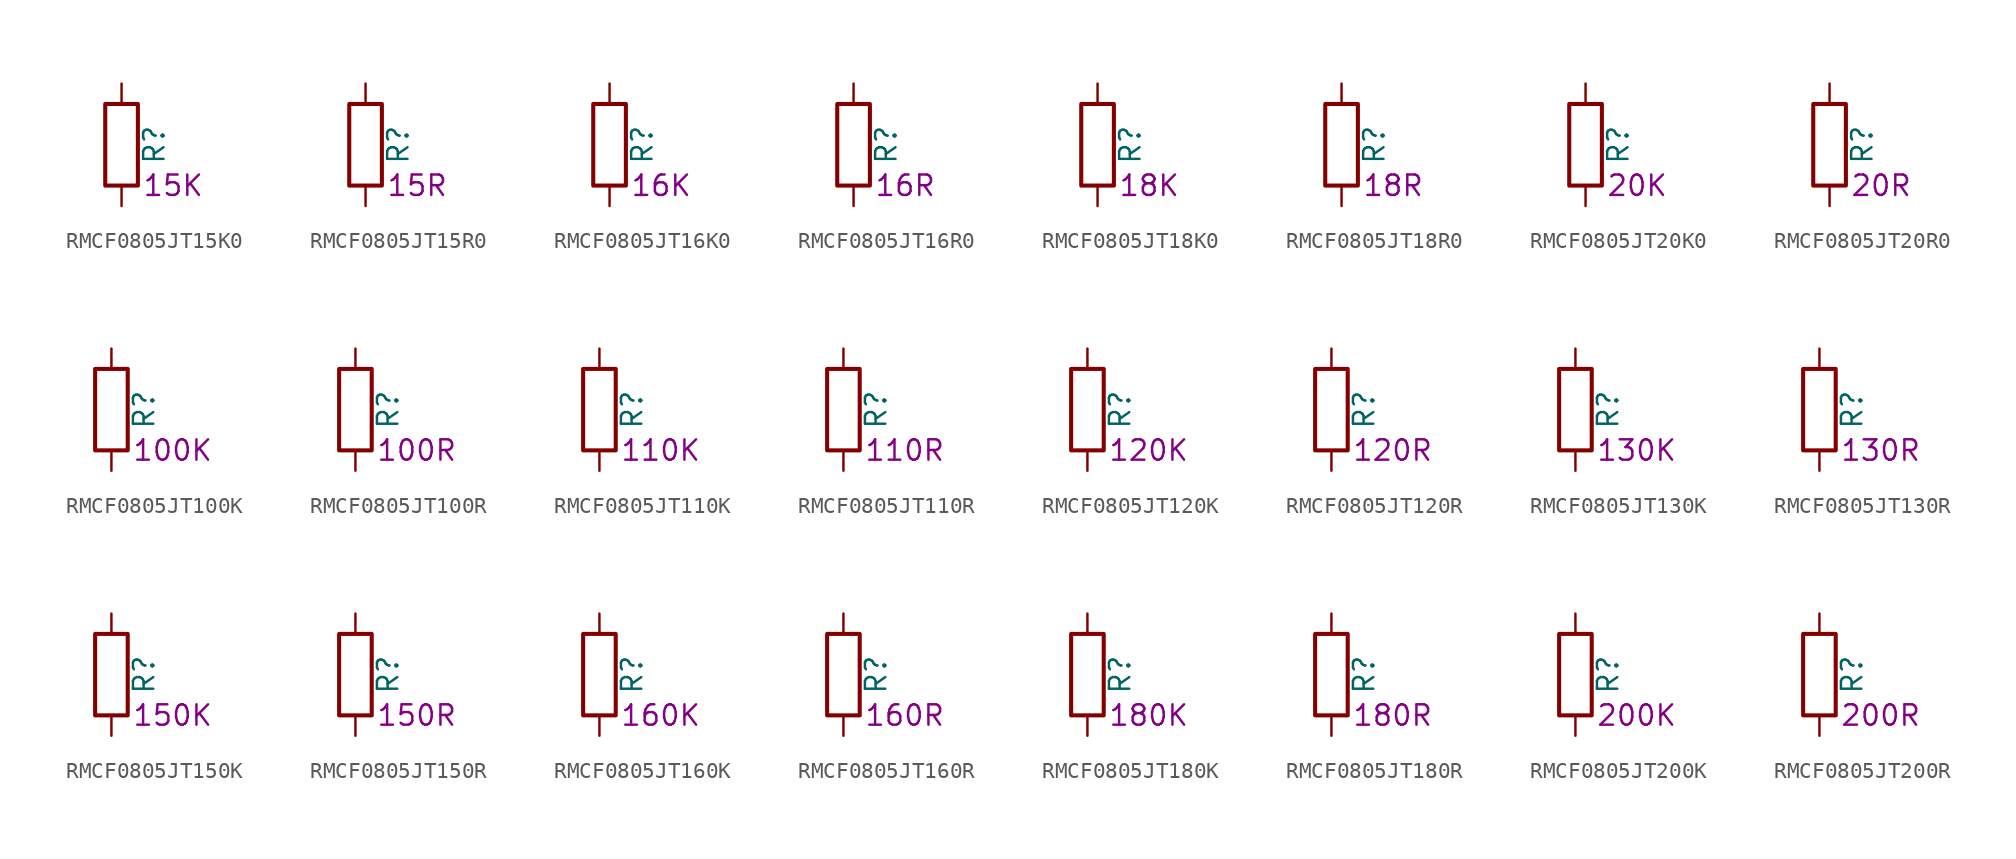
<source format=kicad_sym>
(kicad_symbol_lib
  (version 20220914)
  (generator kicad_symbol_editor)
  (symbol "RMCF0805JT15K0"
    (pin_numbers hide)
    (pin_names
      (offset 0))
    (property "Reference" "R"
      (at 2.032 0 90)
      (effects (font (size 1.27 1.27))))
    (property "Resistance" "15K"
      (at 1.27 -2.54 0)
      (effects (font (size 1.27 1.27)) (justify left)))
    (symbol "RMCF0805JT15K0_0_1"
      (rectangle (start -1.016 -2.54) (end 1.016 2.54) (stroke (width 0.254) (type default)) (fill (type none))))
    (symbol "RMCF0805JT15K0_1_1"
      (pin passive line (at 0 3.81 270) (length 1.27) (name "~" (effects (font (size 1.27 1.27)))) (number "1" (effects (font (size 1.27 1.27)))))
      (pin passive line (at 0 -3.81 90) (length 1.27) (name "~" (effects (font (size 1.27 1.27)))) (number "2" (effects (font (size 1.27 1.27)))))))
  (symbol "RMCF0805JT15R0"
    (pin_numbers hide)
    (pin_names
      (offset 0))
    (property "Reference" "R"
      (at 2.032 0 90)
      (effects (font (size 1.27 1.27))))
    (property "Resistance" "15R"
      (at 1.27 -2.54 0)
      (effects (font (size 1.27 1.27)) (justify left)))
    (symbol "RMCF0805JT15R0_0_1"
      (rectangle (start -1.016 -2.54) (end 1.016 2.54) (stroke (width 0.254) (type default)) (fill (type none))))
    (symbol "RMCF0805JT15R0_1_1"
      (pin passive line (at 0 3.81 270) (length 1.27) (name "~" (effects (font (size 1.27 1.27)))) (number "1" (effects (font (size 1.27 1.27)))))
      (pin passive line (at 0 -3.81 90) (length 1.27) (name "~" (effects (font (size 1.27 1.27)))) (number "2" (effects (font (size 1.27 1.27)))))))
  (symbol "RMCF0805JT16K0"
    (pin_numbers hide)
    (pin_names
      (offset 0))
    (property "Reference" "R"
      (at 2.032 0 90)
      (effects (font (size 1.27 1.27))))
    (property "Resistance" "16K"
      (at 1.27 -2.54 0)
      (effects (font (size 1.27 1.27)) (justify left)))
    (symbol "RMCF0805JT16K0_0_1"
      (rectangle (start -1.016 -2.54) (end 1.016 2.54) (stroke (width 0.254) (type default)) (fill (type none))))
    (symbol "RMCF0805JT16K0_1_1"
      (pin passive line (at 0 3.81 270) (length 1.27) (name "~" (effects (font (size 1.27 1.27)))) (number "1" (effects (font (size 1.27 1.27)))))
      (pin passive line (at 0 -3.81 90) (length 1.27) (name "~" (effects (font (size 1.27 1.27)))) (number "2" (effects (font (size 1.27 1.27)))))))
  (symbol "RMCF0805JT16R0"
    (pin_numbers hide)
    (pin_names
      (offset 0))
    (property "Reference" "R"
      (at 2.032 0 90)
      (effects (font (size 1.27 1.27))))
    (property "Resistance" "16R"
      (at 1.27 -2.54 0)
      (effects (font (size 1.27 1.27)) (justify left)))
    (symbol "RMCF0805JT16R0_0_1"
      (rectangle (start -1.016 -2.54) (end 1.016 2.54) (stroke (width 0.254) (type default)) (fill (type none))))
    (symbol "RMCF0805JT16R0_1_1"
      (pin passive line (at 0 3.81 270) (length 1.27) (name "~" (effects (font (size 1.27 1.27)))) (number "1" (effects (font (size 1.27 1.27)))))
      (pin passive line (at 0 -3.81 90) (length 1.27) (name "~" (effects (font (size 1.27 1.27)))) (number "2" (effects (font (size 1.27 1.27)))))))
  (symbol "RMCF0805JT18K0"
    (pin_numbers hide)
    (pin_names
      (offset 0))
    (property "Reference" "R"
      (at 2.032 0 90)
      (effects (font (size 1.27 1.27))))
    (property "Resistance" "18K"
      (at 1.27 -2.54 0)
      (effects (font (size 1.27 1.27)) (justify left)))
    (symbol "RMCF0805JT18K0_0_1"
      (rectangle (start -1.016 -2.54) (end 1.016 2.54) (stroke (width 0.254) (type default)) (fill (type none))))
    (symbol "RMCF0805JT18K0_1_1"
      (pin passive line (at 0 3.81 270) (length 1.27) (name "~" (effects (font (size 1.27 1.27)))) (number "1" (effects (font (size 1.27 1.27)))))
      (pin passive line (at 0 -3.81 90) (length 1.27) (name "~" (effects (font (size 1.27 1.27)))) (number "2" (effects (font (size 1.27 1.27)))))))
  (symbol "RMCF0805JT18R0"
    (pin_numbers hide)
    (pin_names
      (offset 0))
    (property "Reference" "R"
      (at 2.032 0 90)
      (effects (font (size 1.27 1.27))))
    (property "Resistance" "18R"
      (at 1.27 -2.54 0)
      (effects (font (size 1.27 1.27)) (justify left)))
    (symbol "RMCF0805JT18R0_0_1"
      (rectangle (start -1.016 -2.54) (end 1.016 2.54) (stroke (width 0.254) (type default)) (fill (type none))))
    (symbol "RMCF0805JT18R0_1_1"
      (pin passive line (at 0 3.81 270) (length 1.27) (name "~" (effects (font (size 1.27 1.27)))) (number "1" (effects (font (size 1.27 1.27)))))
      (pin passive line (at 0 -3.81 90) (length 1.27) (name "~" (effects (font (size 1.27 1.27)))) (number "2" (effects (font (size 1.27 1.27)))))))
  (symbol "RMCF0805JT20K0"
    (pin_numbers hide)
    (pin_names
      (offset 0))
    (property "Reference" "R"
      (at 2.032 0 90)
      (effects (font (size 1.27 1.27))))
    (property "Resistance" "20K"
      (at 1.27 -2.54 0)
      (effects (font (size 1.27 1.27)) (justify left)))
    (symbol "RMCF0805JT20K0_0_1"
      (rectangle (start -1.016 -2.54) (end 1.016 2.54) (stroke (width 0.254) (type default)) (fill (type none))))
    (symbol "RMCF0805JT20K0_1_1"
      (pin passive line (at 0 3.81 270) (length 1.27) (name "~" (effects (font (size 1.27 1.27)))) (number "1" (effects (font (size 1.27 1.27)))))
      (pin passive line (at 0 -3.81 90) (length 1.27) (name "~" (effects (font (size 1.27 1.27)))) (number "2" (effects (font (size 1.27 1.27)))))))
  (symbol "RMCF0805JT20R0"
    (pin_numbers hide)
    (pin_names
      (offset 0))
    (property "Reference" "R"
      (at 2.032 0 90)
      (effects (font (size 1.27 1.27))))
    (property "Resistance" "20R"
      (at 1.27 -2.54 0)
      (effects (font (size 1.27 1.27)) (justify left)))
    (symbol "RMCF0805JT20R0_0_1"
      (rectangle (start -1.016 -2.54) (end 1.016 2.54) (stroke (width 0.254) (type default)) (fill (type none))))
    (symbol "RMCF0805JT20R0_1_1"
      (pin passive line (at 0 3.81 270) (length 1.27) (name "~" (effects (font (size 1.27 1.27)))) (number "1" (effects (font (size 1.27 1.27)))))
      (pin passive line (at 0 -3.81 90) (length 1.27) (name "~" (effects (font (size 1.27 1.27)))) (number "2" (effects (font (size 1.27 1.27)))))))
  (symbol "RMCF0805JT100K"
    (pin_numbers hide)
    (pin_names
      (offset 0))
    (property "Reference" "R"
      (at 2.032 0 90)
      (effects (font (size 1.27 1.27))))
    (property "Resistance" "100K"
      (at 1.27 -2.54 0)
      (effects (font (size 1.27 1.27)) (justify left)))
    (symbol "RMCF0805JT100K_0_1"
      (rectangle (start -1.016 -2.54) (end 1.016 2.54) (stroke (width 0.254) (type default)) (fill (type none))))
    (symbol "RMCF0805JT100K_1_1"
      (pin passive line (at 0 3.81 270) (length 1.27) (name "~" (effects (font (size 1.27 1.27)))) (number "1" (effects (font (size 1.27 1.27)))))
      (pin passive line (at 0 -3.81 90) (length 1.27) (name "~" (effects (font (size 1.27 1.27)))) (number "2" (effects (font (size 1.27 1.27)))))))
  (symbol "RMCF0805JT100R"
    (pin_numbers hide)
    (pin_names
      (offset 0))
    (property "Reference" "R"
      (at 2.032 0 90)
      (effects (font (size 1.27 1.27))))
    (property "Resistance" "100R"
      (at 1.27 -2.54 0)
      (effects (font (size 1.27 1.27)) (justify left)))
    (symbol "RMCF0805JT100R_0_1"
      (rectangle (start -1.016 -2.54) (end 1.016 2.54) (stroke (width 0.254) (type default)) (fill (type none))))
    (symbol "RMCF0805JT100R_1_1"
      (pin passive line (at 0 3.81 270) (length 1.27) (name "~" (effects (font (size 1.27 1.27)))) (number "1" (effects (font (size 1.27 1.27)))))
      (pin passive line (at 0 -3.81 90) (length 1.27) (name "~" (effects (font (size 1.27 1.27)))) (number "2" (effects (font (size 1.27 1.27)))))))
  (symbol "RMCF0805JT110K"
    (pin_numbers hide)
    (pin_names
      (offset 0))
    (property "Reference" "R"
      (at 2.032 0 90)
      (effects (font (size 1.27 1.27))))
    (property "Resistance" "110K"
      (at 1.27 -2.54 0)
      (effects (font (size 1.27 1.27)) (justify left)))
    (symbol "RMCF0805JT110K_0_1"
      (rectangle (start -1.016 -2.54) (end 1.016 2.54) (stroke (width 0.254) (type default)) (fill (type none))))
    (symbol "RMCF0805JT110K_1_1"
      (pin passive line (at 0 3.81 270) (length 1.27) (name "~" (effects (font (size 1.27 1.27)))) (number "1" (effects (font (size 1.27 1.27)))))
      (pin passive line (at 0 -3.81 90) (length 1.27) (name "~" (effects (font (size 1.27 1.27)))) (number "2" (effects (font (size 1.27 1.27)))))))
  (symbol "RMCF0805JT110R"
    (pin_numbers hide)
    (pin_names
      (offset 0))
    (property "Reference" "R"
      (at 2.032 0 90)
      (effects (font (size 1.27 1.27))))
    (property "Resistance" "110R"
      (at 1.27 -2.54 0)
      (effects (font (size 1.27 1.27)) (justify left)))
    (symbol "RMCF0805JT110R_0_1"
      (rectangle (start -1.016 -2.54) (end 1.016 2.54) (stroke (width 0.254) (type default)) (fill (type none))))
    (symbol "RMCF0805JT110R_1_1"
      (pin passive line (at 0 3.81 270) (length 1.27) (name "~" (effects (font (size 1.27 1.27)))) (number "1" (effects (font (size 1.27 1.27)))))
      (pin passive line (at 0 -3.81 90) (length 1.27) (name "~" (effects (font (size 1.27 1.27)))) (number "2" (effects (font (size 1.27 1.27)))))))
  (symbol "RMCF0805JT120K"
    (pin_numbers hide)
    (pin_names
      (offset 0))
    (property "Reference" "R"
      (at 2.032 0 90)
      (effects (font (size 1.27 1.27))))
    (property "Resistance" "120K"
      (at 1.27 -2.54 0)
      (effects (font (size 1.27 1.27)) (justify left)))
    (symbol "RMCF0805JT120K_0_1"
      (rectangle (start -1.016 -2.54) (end 1.016 2.54) (stroke (width 0.254) (type default)) (fill (type none))))
    (symbol "RMCF0805JT120K_1_1"
      (pin passive line (at 0 3.81 270) (length 1.27) (name "~" (effects (font (size 1.27 1.27)))) (number "1" (effects (font (size 1.27 1.27)))))
      (pin passive line (at 0 -3.81 90) (length 1.27) (name "~" (effects (font (size 1.27 1.27)))) (number "2" (effects (font (size 1.27 1.27)))))))
  (symbol "RMCF0805JT120R"
    (pin_numbers hide)
    (pin_names
      (offset 0))
    (property "Reference" "R"
      (at 2.032 0 90)
      (effects (font (size 1.27 1.27))))
    (property "Resistance" "120R"
      (at 1.27 -2.54 0)
      (effects (font (size 1.27 1.27)) (justify left)))
    (symbol "RMCF0805JT120R_0_1"
      (rectangle (start -1.016 -2.54) (end 1.016 2.54) (stroke (width 0.254) (type default)) (fill (type none))))
    (symbol "RMCF0805JT120R_1_1"
      (pin passive line (at 0 3.81 270) (length 1.27) (name "~" (effects (font (size 1.27 1.27)))) (number "1" (effects (font (size 1.27 1.27)))))
      (pin passive line (at 0 -3.81 90) (length 1.27) (name "~" (effects (font (size 1.27 1.27)))) (number "2" (effects (font (size 1.27 1.27)))))))
  (symbol "RMCF0805JT130K"
    (pin_numbers hide)
    (pin_names
      (offset 0))
    (property "Reference" "R"
      (at 2.032 0 90)
      (effects (font (size 1.27 1.27))))
    (property "Resistance" "130K"
      (at 1.27 -2.54 0)
      (effects (font (size 1.27 1.27)) (justify left)))
    (symbol "RMCF0805JT130K_0_1"
      (rectangle (start -1.016 -2.54) (end 1.016 2.54) (stroke (width 0.254) (type default)) (fill (type none))))
    (symbol "RMCF0805JT130K_1_1"
      (pin passive line (at 0 3.81 270) (length 1.27) (name "~" (effects (font (size 1.27 1.27)))) (number "1" (effects (font (size 1.27 1.27)))))
      (pin passive line (at 0 -3.81 90) (length 1.27) (name "~" (effects (font (size 1.27 1.27)))) (number "2" (effects (font (size 1.27 1.27)))))))
  (symbol "RMCF0805JT130R"
    (pin_numbers hide)
    (pin_names
      (offset 0))
    (property "Reference" "R"
      (at 2.032 0 90)
      (effects (font (size 1.27 1.27))))
    (property "Resistance" "130R"
      (at 1.27 -2.54 0)
      (effects (font (size 1.27 1.27)) (justify left)))
    (symbol "RMCF0805JT130R_0_1"
      (rectangle (start -1.016 -2.54) (end 1.016 2.54) (stroke (width 0.254) (type default)) (fill (type none))))
    (symbol "RMCF0805JT130R_1_1"
      (pin passive line (at 0 3.81 270) (length 1.27) (name "~" (effects (font (size 1.27 1.27)))) (number "1" (effects (font (size 1.27 1.27)))))
      (pin passive line (at 0 -3.81 90) (length 1.27) (name "~" (effects (font (size 1.27 1.27)))) (number "2" (effects (font (size 1.27 1.27)))))))
  (symbol "RMCF0805JT150K"
    (pin_numbers hide)
    (pin_names
      (offset 0))
    (property "Reference" "R"
      (at 2.032 0 90)
      (effects (font (size 1.27 1.27))))
    (property "Resistance" "150K"
      (at 1.27 -2.54 0)
      (effects (font (size 1.27 1.27)) (justify left)))
    (symbol "RMCF0805JT150K_0_1"
      (rectangle (start -1.016 -2.54) (end 1.016 2.54) (stroke (width 0.254) (type default)) (fill (type none))))
    (symbol "RMCF0805JT150K_1_1"
      (pin passive line (at 0 3.81 270) (length 1.27) (name "~" (effects (font (size 1.27 1.27)))) (number "1" (effects (font (size 1.27 1.27)))))
      (pin passive line (at 0 -3.81 90) (length 1.27) (name "~" (effects (font (size 1.27 1.27)))) (number "2" (effects (font (size 1.27 1.27)))))))
  (symbol "RMCF0805JT150R"
    (pin_numbers hide)
    (pin_names
      (offset 0))
    (property "Reference" "R"
      (at 2.032 0 90)
      (effects (font (size 1.27 1.27))))
    (property "Resistance" "150R"
      (at 1.27 -2.54 0)
      (effects (font (size 1.27 1.27)) (justify left)))
    (symbol "RMCF0805JT150R_0_1"
      (rectangle (start -1.016 -2.54) (end 1.016 2.54) (stroke (width 0.254) (type default)) (fill (type none))))
    (symbol "RMCF0805JT150R_1_1"
      (pin passive line (at 0 3.81 270) (length 1.27) (name "~" (effects (font (size 1.27 1.27)))) (number "1" (effects (font (size 1.27 1.27)))))
      (pin passive line (at 0 -3.81 90) (length 1.27) (name "~" (effects (font (size 1.27 1.27)))) (number "2" (effects (font (size 1.27 1.27)))))))
  (symbol "RMCF0805JT160K"
    (pin_numbers hide)
    (pin_names
      (offset 0))
    (property "Reference" "R"
      (at 2.032 0 90)
      (effects (font (size 1.27 1.27))))
    (property "Resistance" "160K"
      (at 1.27 -2.54 0)
      (effects (font (size 1.27 1.27)) (justify left)))
    (symbol "RMCF0805JT160K_0_1"
      (rectangle (start -1.016 -2.54) (end 1.016 2.54) (stroke (width 0.254) (type default)) (fill (type none))))
    (symbol "RMCF0805JT160K_1_1"
      (pin passive line (at 0 3.81 270) (length 1.27) (name "~" (effects (font (size 1.27 1.27)))) (number "1" (effects (font (size 1.27 1.27)))))
      (pin passive line (at 0 -3.81 90) (length 1.27) (name "~" (effects (font (size 1.27 1.27)))) (number "2" (effects (font (size 1.27 1.27)))))))
  (symbol "RMCF0805JT160R"
    (pin_numbers hide)
    (pin_names
      (offset 0))
    (property "Reference" "R"
      (at 2.032 0 90)
      (effects (font (size 1.27 1.27))))
    (property "Resistance" "160R"
      (at 1.27 -2.54 0)
      (effects (font (size 1.27 1.27)) (justify left)))
    (symbol "RMCF0805JT160R_0_1"
      (rectangle (start -1.016 -2.54) (end 1.016 2.54) (stroke (width 0.254) (type default)) (fill (type none))))
    (symbol "RMCF0805JT160R_1_1"
      (pin passive line (at 0 3.81 270) (length 1.27) (name "~" (effects (font (size 1.27 1.27)))) (number "1" (effects (font (size 1.27 1.27)))))
      (pin passive line (at 0 -3.81 90) (length 1.27) (name "~" (effects (font (size 1.27 1.27)))) (number "2" (effects (font (size 1.27 1.27)))))))
  (symbol "RMCF0805JT180K"
    (pin_numbers hide)
    (pin_names
      (offset 0))
    (property "Reference" "R"
      (at 2.032 0 90)
      (effects (font (size 1.27 1.27))))
    (property "Resistance" "180K"
      (at 1.27 -2.54 0)
      (effects (font (size 1.27 1.27)) (justify left)))
    (symbol "RMCF0805JT180K_0_1"
      (rectangle (start -1.016 -2.54) (end 1.016 2.54) (stroke (width 0.254) (type default)) (fill (type none))))
    (symbol "RMCF0805JT180K_1_1"
      (pin passive line (at 0 3.81 270) (length 1.27) (name "~" (effects (font (size 1.27 1.27)))) (number "1" (effects (font (size 1.27 1.27)))))
      (pin passive line (at 0 -3.81 90) (length 1.27) (name "~" (effects (font (size 1.27 1.27)))) (number "2" (effects (font (size 1.27 1.27)))))))
  (symbol "RMCF0805JT180R"
    (pin_numbers hide)
    (pin_names
      (offset 0))
    (property "Reference" "R"
      (at 2.032 0 90)
      (effects (font (size 1.27 1.27))))
    (property "Resistance" "180R"
      (at 1.27 -2.54 0)
      (effects (font (size 1.27 1.27)) (justify left)))
    (symbol "RMCF0805JT180R_0_1"
      (rectangle (start -1.016 -2.54) (end 1.016 2.54) (stroke (width 0.254) (type default)) (fill (type none))))
    (symbol "RMCF0805JT180R_1_1"
      (pin passive line (at 0 3.81 270) (length 1.27) (name "~" (effects (font (size 1.27 1.27)))) (number "1" (effects (font (size 1.27 1.27)))))
      (pin passive line (at 0 -3.81 90) (length 1.27) (name "~" (effects (font (size 1.27 1.27)))) (number "2" (effects (font (size 1.27 1.27)))))))
  (symbol "RMCF0805JT200K"
    (pin_numbers hide)
    (pin_names
      (offset 0))
    (property "Reference" "R"
      (at 2.032 0 90)
      (effects (font (size 1.27 1.27))))
    (property "Resistance" "200K"
      (at 1.27 -2.54 0)
      (effects (font (size 1.27 1.27)) (justify left)))
    (symbol "RMCF0805JT200K_0_1"
      (rectangle (start -1.016 -2.54) (end 1.016 2.54) (stroke (width 0.254) (type default)) (fill (type none))))
    (symbol "RMCF0805JT200K_1_1"
      (pin passive line (at 0 3.81 270) (length 1.27) (name "~" (effects (font (size 1.27 1.27)))) (number "1" (effects (font (size 1.27 1.27)))))
      (pin passive line (at 0 -3.81 90) (length 1.27) (name "~" (effects (font (size 1.27 1.27)))) (number "2" (effects (font (size 1.27 1.27)))))))
  (symbol "RMCF0805JT200R"
    (pin_numbers hide)
    (pin_names
      (offset 0))
    (property "Reference" "R"
      (at 2.032 0 90)
      (effects (font (size 1.27 1.27))))
    (property "Resistance" "200R"
      (at 1.27 -2.54 0)
      (effects (font (size 1.27 1.27)) (justify left)))
    (symbol "RMCF0805JT200R_0_1"
      (rectangle (start -1.016 -2.54) (end 1.016 2.54) (stroke (width 0.254) (type default)) (fill (type none))))
    (symbol "RMCF0805JT200R_1_1"
      (pin passive line (at 0 3.81 270) (length 1.27) (name "~" (effects (font (size 1.27 1.27)))) (number "1" (effects (font (size 1.27 1.27)))))
      (pin passive line (at 0 -3.81 90) (length 1.27) (name "~" (effects (font (size 1.27 1.27)))) (number "2" (effects (font (size 1.27 1.27))))))))
</source>
